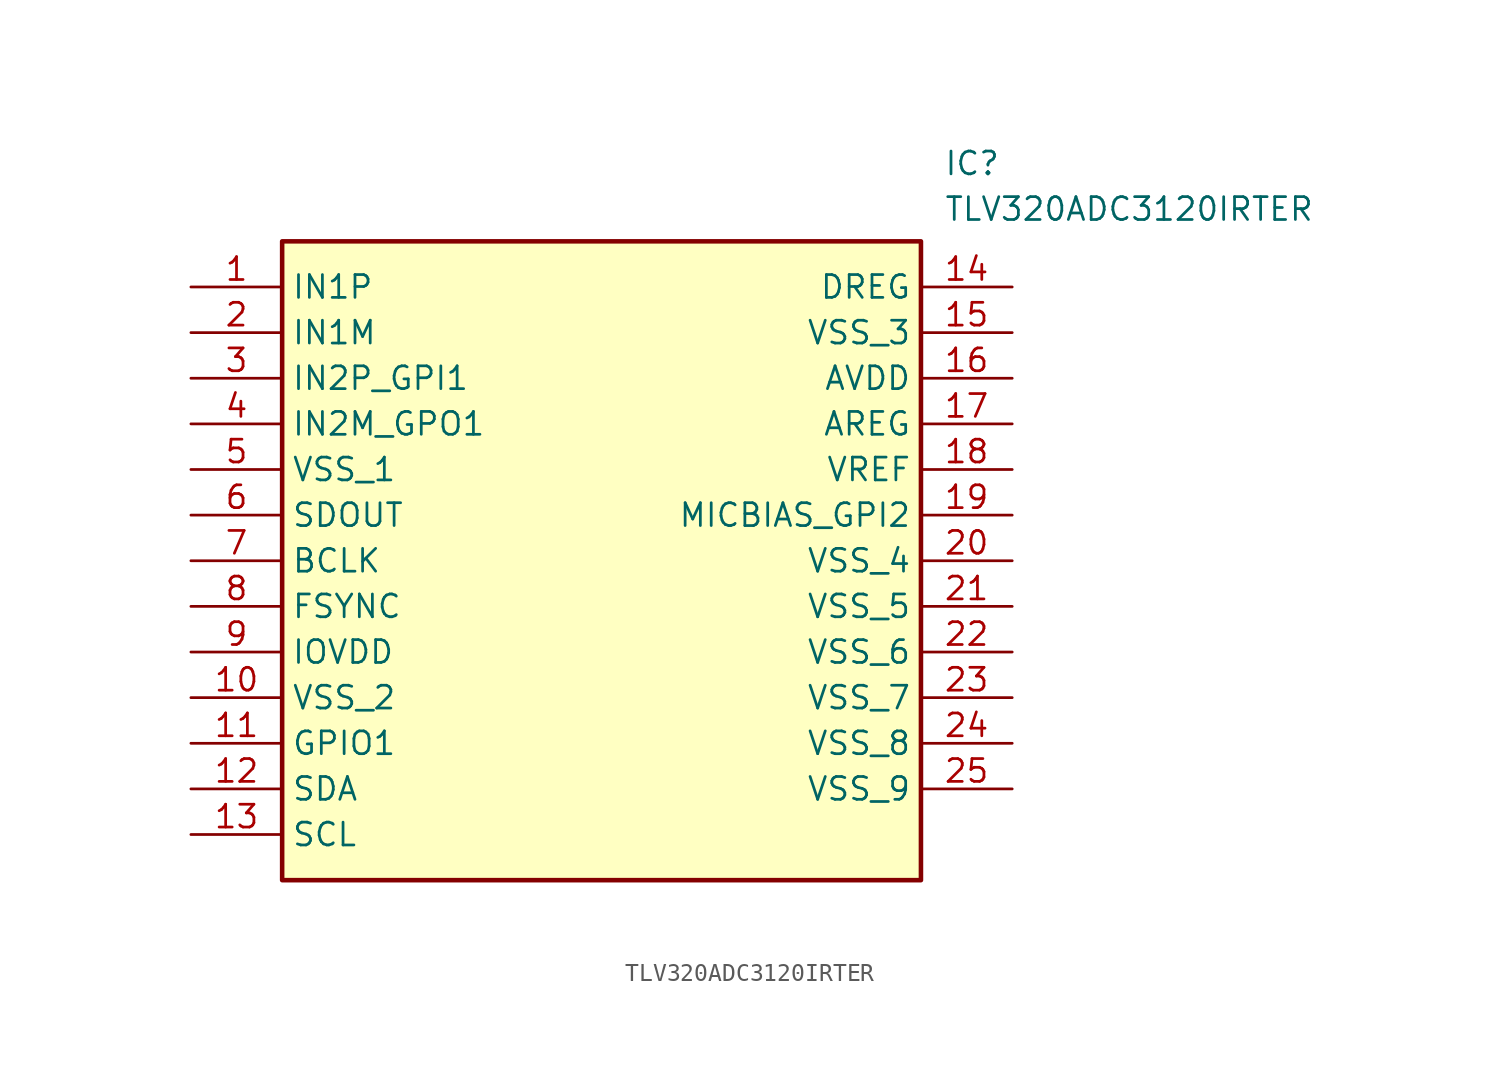
<source format=kicad_sym>
(kicad_symbol_lib
  (version 20231120)
  (generator "kicad_symbol_editor")
  (generator_version "8.0")
  (symbol "TLV320ADC3120IRTER"
    (property "Reference" "IC"
      (at 41.91 7.62 0)
      (effects (font (size 1.27 1.27)) (justify left top)))
    (property "Value" "TLV320ADC3120IRTER"
      (at 41.91 5.08 0)
      (effects (font (size 1.27 1.27)) (justify left top)))
    (symbol "TLV320ADC3120IRTER_1_1"
      (rectangle (start 5.08 2.54) (end 40.64 -33.02) (stroke (width 0.254) (type default)) (fill (type background)))
      (pin passive line (at 0 0 0) (length 5.08) (name "IN1P" (effects (font (size 1.27 1.27)))) (number "1" (effects (font (size 1.27 1.27)))))
      (pin passive line (at 0 -22.86 0) (length 5.08) (name "VSS_2" (effects (font (size 1.27 1.27)))) (number "10" (effects (font (size 1.27 1.27)))))
      (pin passive line (at 0 -25.4 0) (length 5.08) (name "GPIO1" (effects (font (size 1.27 1.27)))) (number "11" (effects (font (size 1.27 1.27)))))
      (pin passive line (at 0 -27.94 0) (length 5.08) (name "SDA" (effects (font (size 1.27 1.27)))) (number "12" (effects (font (size 1.27 1.27)))))
      (pin passive line (at 0 -30.48 0) (length 5.08) (name "SCL" (effects (font (size 1.27 1.27)))) (number "13" (effects (font (size 1.27 1.27)))))
      (pin passive line (at 45.72 0 180) (length 5.08) (name "DREG" (effects (font (size 1.27 1.27)))) (number "14" (effects (font (size 1.27 1.27)))))
      (pin passive line (at 45.72 -2.54 180) (length 5.08) (name "VSS_3" (effects (font (size 1.27 1.27)))) (number "15" (effects (font (size 1.27 1.27)))))
      (pin passive line (at 45.72 -5.08 180) (length 5.08) (name "AVDD" (effects (font (size 1.27 1.27)))) (number "16" (effects (font (size 1.27 1.27)))))
      (pin passive line (at 45.72 -7.62 180) (length 5.08) (name "AREG" (effects (font (size 1.27 1.27)))) (number "17" (effects (font (size 1.27 1.27)))))
      (pin passive line (at 45.72 -10.16 180) (length 5.08) (name "VREF" (effects (font (size 1.27 1.27)))) (number "18" (effects (font (size 1.27 1.27)))))
      (pin passive line (at 45.72 -12.7 180) (length 5.08) (name "MICBIAS_GPI2" (effects (font (size 1.27 1.27)))) (number "19" (effects (font (size 1.27 1.27)))))
      (pin passive line (at 0 -2.54 0) (length 5.08) (name "IN1M" (effects (font (size 1.27 1.27)))) (number "2" (effects (font (size 1.27 1.27)))))
      (pin passive line (at 45.72 -15.24 180) (length 5.08) (name "VSS_4" (effects (font (size 1.27 1.27)))) (number "20" (effects (font (size 1.27 1.27)))))
      (pin passive line (at 45.72 -17.78 180) (length 5.08) (name "VSS_5" (effects (font (size 1.27 1.27)))) (number "21" (effects (font (size 1.27 1.27)))))
      (pin passive line (at 45.72 -20.32 180) (length 5.08) (name "VSS_6" (effects (font (size 1.27 1.27)))) (number "22" (effects (font (size 1.27 1.27)))))
      (pin passive line (at 45.72 -22.86 180) (length 5.08) (name "VSS_7" (effects (font (size 1.27 1.27)))) (number "23" (effects (font (size 1.27 1.27)))))
      (pin passive line (at 45.72 -25.4 180) (length 5.08) (name "VSS_8" (effects (font (size 1.27 1.27)))) (number "24" (effects (font (size 1.27 1.27)))))
      (pin passive line (at 45.72 -27.94 180) (length 5.08) (name "VSS_9" (effects (font (size 1.27 1.27)))) (number "25" (effects (font (size 1.27 1.27)))))
      (pin passive line (at 0 -5.08 0) (length 5.08) (name "IN2P_GPI1" (effects (font (size 1.27 1.27)))) (number "3" (effects (font (size 1.27 1.27)))))
      (pin passive line (at 0 -7.62 0) (length 5.08) (name "IN2M_GPO1" (effects (font (size 1.27 1.27)))) (number "4" (effects (font (size 1.27 1.27)))))
      (pin passive line (at 0 -10.16 0) (length 5.08) (name "VSS_1" (effects (font (size 1.27 1.27)))) (number "5" (effects (font (size 1.27 1.27)))))
      (pin passive line (at 0 -12.7 0) (length 5.08) (name "SDOUT" (effects (font (size 1.27 1.27)))) (number "6" (effects (font (size 1.27 1.27)))))
      (pin passive line (at 0 -15.24 0) (length 5.08) (name "BCLK" (effects (font (size 1.27 1.27)))) (number "7" (effects (font (size 1.27 1.27)))))
      (pin passive line (at 0 -17.78 0) (length 5.08) (name "FSYNC" (effects (font (size 1.27 1.27)))) (number "8" (effects (font (size 1.27 1.27)))))
      (pin passive line (at 0 -20.32 0) (length 5.08) (name "IOVDD" (effects (font (size 1.27 1.27)))) (number "9" (effects (font (size 1.27 1.27))))))))
</source>
